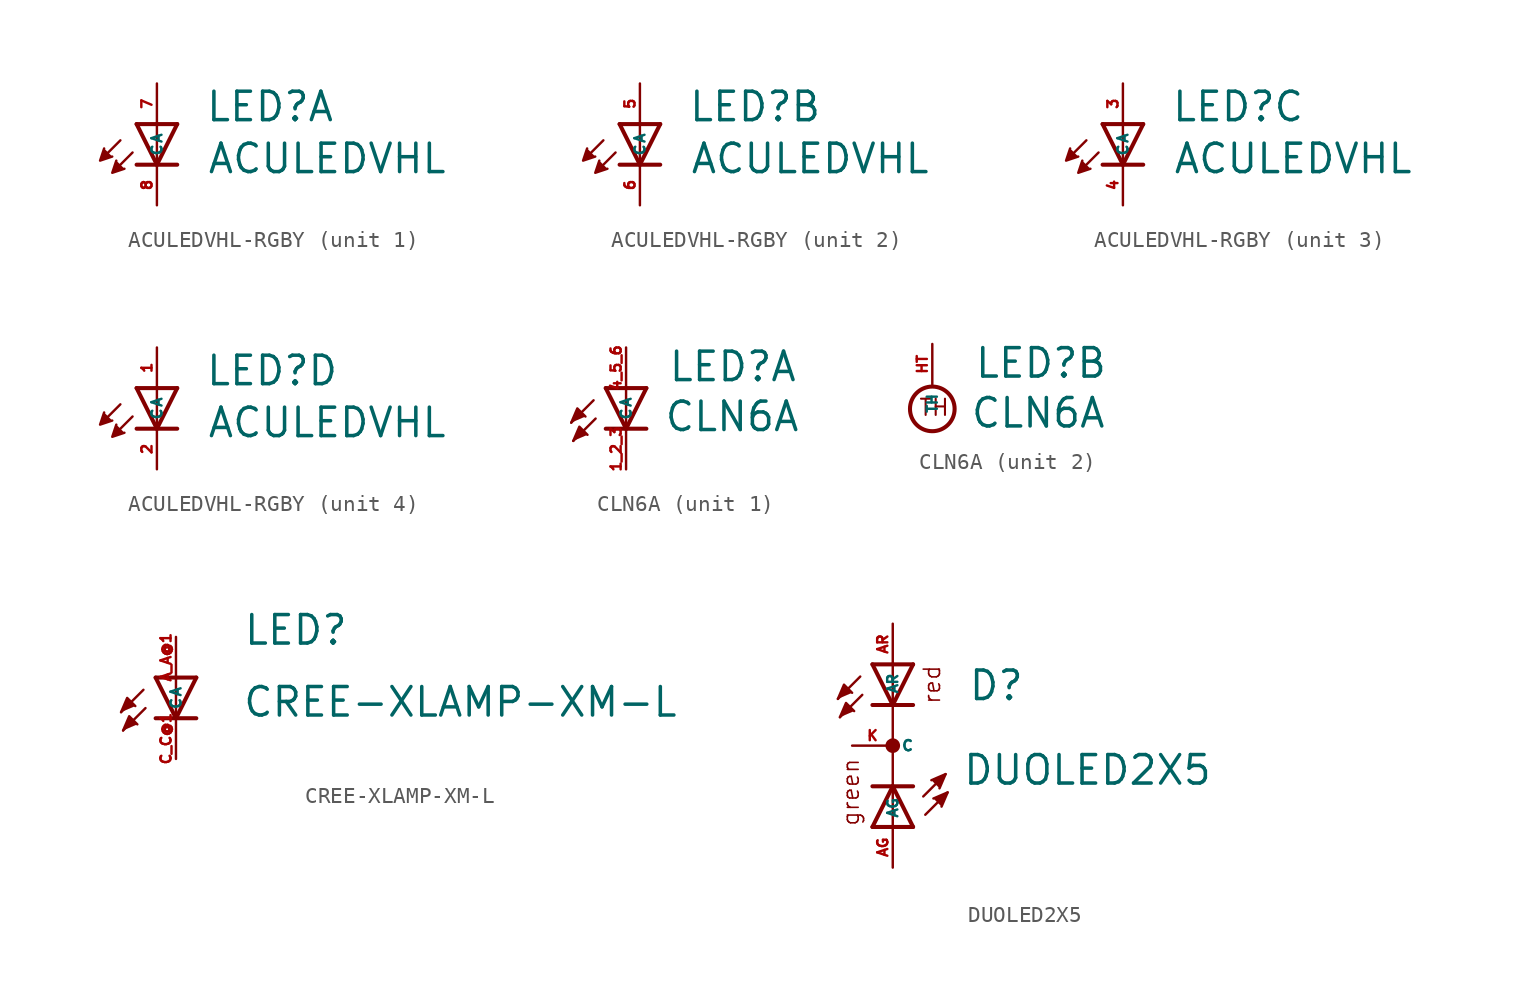
<source format=kicad_sym>
(kicad_symbol_lib
  (version 20220914)
  (generator kicad_symbol_editor)
  (symbol "ACULEDVHL-RGBY"
    (property "Reference" "LED"
      (at 2.997 0.051 0)
      (effects (font (size 1.778 1.778) (thickness 0.22)) (justify left bottom)))
    (property "Value" "ACULEDVHL"
      (at 3.099 -3.2 0)
      (effects (font (size 1.778 1.778) (thickness 0.22)) (justify left bottom)))
    (symbol "ACULEDVHL-RGBY_1_0"
      (polyline (pts (xy -2.286 -1.016) (xy -3.175 -1.905)) (stroke (width 0.152) (type default)) (fill (type none)))
      (polyline (pts (xy -1.524 -1.778) (xy -2.413 -2.667)) (stroke (width 0.152) (type default)) (fill (type none)))
      (polyline (pts (xy 0 -2.54) (xy -1.27 -2.54)) (stroke (width 0.254) (type default)) (fill (type none)))
      (polyline (pts (xy 0 -2.54) (xy -1.27 0)) (stroke (width 0.254) (type default)) (fill (type none)))
      (polyline (pts (xy 0 0) (xy -1.27 0)) (stroke (width 0.254) (type default)) (fill (type none)))
      (polyline (pts (xy 0 0) (xy 0 -2.54)) (stroke (width 0.152) (type default)) (fill (type none)))
      (polyline (pts (xy 1.27 -2.54) (xy 0 -2.54)) (stroke (width 0.254) (type default)) (fill (type none)))
      (polyline (pts (xy 1.27 0) (xy 0 -2.54)) (stroke (width 0.254) (type default)) (fill (type none)))
      (polyline (pts (xy 1.27 0) (xy 0 0)) (stroke (width 0.254) (type default)) (fill (type none)))
      (polyline (pts (xy -3.302 -1.524) (xy -3.556 -2.286) (xy -2.794 -2.032)) (stroke (width 0.152) (type default)) (fill (type outline)))
      (polyline (pts (xy -2.54 -2.286) (xy -2.794 -3.048) (xy -2.032 -2.794)) (stroke (width 0.152) (type default)) (fill (type outline)))
      (pin passive line (at 0 2.54 270) (length 2.54) (name "A" (effects (font (size 0.635 0.635)))) (number "7" (effects (font (size 0.635 0.635)))))
      (pin passive line (at 0 -5.08 90) (length 2.54) (name "C" (effects (font (size 0.635 0.635)))) (number "8" (effects (font (size 0.635 0.635))))))
    (symbol "ACULEDVHL-RGBY_2_0"
      (polyline (pts (xy -2.286 -1.016) (xy -3.175 -1.905)) (stroke (width 0.152) (type default)) (fill (type none)))
      (polyline (pts (xy -1.524 -1.778) (xy -2.413 -2.667)) (stroke (width 0.152) (type default)) (fill (type none)))
      (polyline (pts (xy 0 -2.54) (xy -1.27 -2.54)) (stroke (width 0.254) (type default)) (fill (type none)))
      (polyline (pts (xy 0 -2.54) (xy -1.27 0)) (stroke (width 0.254) (type default)) (fill (type none)))
      (polyline (pts (xy 0 0) (xy -1.27 0)) (stroke (width 0.254) (type default)) (fill (type none)))
      (polyline (pts (xy 0 0) (xy 0 -2.54)) (stroke (width 0.152) (type default)) (fill (type none)))
      (polyline (pts (xy 1.27 -2.54) (xy 0 -2.54)) (stroke (width 0.254) (type default)) (fill (type none)))
      (polyline (pts (xy 1.27 0) (xy 0 -2.54)) (stroke (width 0.254) (type default)) (fill (type none)))
      (polyline (pts (xy 1.27 0) (xy 0 0)) (stroke (width 0.254) (type default)) (fill (type none)))
      (polyline (pts (xy -3.302 -1.524) (xy -3.556 -2.286) (xy -2.794 -2.032)) (stroke (width 0.152) (type default)) (fill (type outline)))
      (polyline (pts (xy -2.54 -2.286) (xy -2.794 -3.048) (xy -2.032 -2.794)) (stroke (width 0.152) (type default)) (fill (type outline)))
      (pin passive line (at 0 2.54 270) (length 2.54) (name "A" (effects (font (size 0.635 0.635)))) (number "5" (effects (font (size 0.635 0.635)))))
      (pin passive line (at 0 -5.08 90) (length 2.54) (name "C" (effects (font (size 0.635 0.635)))) (number "6" (effects (font (size 0.635 0.635))))))
    (symbol "ACULEDVHL-RGBY_3_0"
      (polyline (pts (xy -2.286 -1.016) (xy -3.175 -1.905)) (stroke (width 0.152) (type default)) (fill (type none)))
      (polyline (pts (xy -1.524 -1.778) (xy -2.413 -2.667)) (stroke (width 0.152) (type default)) (fill (type none)))
      (polyline (pts (xy 0 -2.54) (xy -1.27 -2.54)) (stroke (width 0.254) (type default)) (fill (type none)))
      (polyline (pts (xy 0 -2.54) (xy -1.27 0)) (stroke (width 0.254) (type default)) (fill (type none)))
      (polyline (pts (xy 0 0) (xy -1.27 0)) (stroke (width 0.254) (type default)) (fill (type none)))
      (polyline (pts (xy 0 0) (xy 0 -2.54)) (stroke (width 0.152) (type default)) (fill (type none)))
      (polyline (pts (xy 1.27 -2.54) (xy 0 -2.54)) (stroke (width 0.254) (type default)) (fill (type none)))
      (polyline (pts (xy 1.27 0) (xy 0 -2.54)) (stroke (width 0.254) (type default)) (fill (type none)))
      (polyline (pts (xy 1.27 0) (xy 0 0)) (stroke (width 0.254) (type default)) (fill (type none)))
      (polyline (pts (xy -3.302 -1.524) (xy -3.556 -2.286) (xy -2.794 -2.032)) (stroke (width 0.152) (type default)) (fill (type outline)))
      (polyline (pts (xy -2.54 -2.286) (xy -2.794 -3.048) (xy -2.032 -2.794)) (stroke (width 0.152) (type default)) (fill (type outline)))
      (pin passive line (at 0 2.54 270) (length 2.54) (name "A" (effects (font (size 0.635 0.635)))) (number "3" (effects (font (size 0.635 0.635)))))
      (pin passive line (at 0 -5.08 90) (length 2.54) (name "C" (effects (font (size 0.635 0.635)))) (number "4" (effects (font (size 0.635 0.635))))))
    (symbol "ACULEDVHL-RGBY_4_0"
      (polyline (pts (xy -2.286 -1.016) (xy -3.175 -1.905)) (stroke (width 0.152) (type default)) (fill (type none)))
      (polyline (pts (xy -1.524 -1.778) (xy -2.413 -2.667)) (stroke (width 0.152) (type default)) (fill (type none)))
      (polyline (pts (xy 0 -2.54) (xy -1.27 -2.54)) (stroke (width 0.254) (type default)) (fill (type none)))
      (polyline (pts (xy 0 -2.54) (xy -1.27 0)) (stroke (width 0.254) (type default)) (fill (type none)))
      (polyline (pts (xy 0 0) (xy -1.27 0)) (stroke (width 0.254) (type default)) (fill (type none)))
      (polyline (pts (xy 0 0) (xy 0 -2.54)) (stroke (width 0.152) (type default)) (fill (type none)))
      (polyline (pts (xy 1.27 -2.54) (xy 0 -2.54)) (stroke (width 0.254) (type default)) (fill (type none)))
      (polyline (pts (xy 1.27 0) (xy 0 -2.54)) (stroke (width 0.254) (type default)) (fill (type none)))
      (polyline (pts (xy 1.27 0) (xy 0 0)) (stroke (width 0.254) (type default)) (fill (type none)))
      (polyline (pts (xy -3.302 -1.524) (xy -3.556 -2.286) (xy -2.794 -2.032)) (stroke (width 0.152) (type default)) (fill (type outline)))
      (polyline (pts (xy -2.54 -2.286) (xy -2.794 -3.048) (xy -2.032 -2.794)) (stroke (width 0.152) (type default)) (fill (type outline)))
      (pin passive line (at 0 2.54 270) (length 2.54) (name "A" (effects (font (size 0.635 0.635)))) (number "1" (effects (font (size 0.635 0.635)))))
      (pin passive line (at 0 -5.08 90) (length 2.54) (name "C" (effects (font (size 0.635 0.635)))) (number "2" (effects (font (size 0.635 0.635)))))))
  (symbol "CLN6A"
    (property "Reference" "LED"
      (at 2.591 0.305 0)
      (effects (font (size 1.778 1.778) (thickness 0.22)) (justify left bottom)))
    (property "Value" "CLN6A"
      (at 2.337 -2.819 0)
      (effects (font (size 1.778 1.778) (thickness 0.22)) (justify left bottom)))
    (symbol "CLN6A_1_0"
      (polyline (pts (xy -2.032 -0.762) (xy -3.429 -2.159)) (stroke (width 0.152) (type default)) (fill (type none)))
      (polyline (pts (xy -1.905 -1.905) (xy -3.302 -3.302)) (stroke (width 0.152) (type default)) (fill (type none)))
      (polyline (pts (xy 0 -2.54) (xy -1.27 -2.54)) (stroke (width 0.254) (type default)) (fill (type none)))
      (polyline (pts (xy 0 -2.54) (xy -1.27 0)) (stroke (width 0.254) (type default)) (fill (type none)))
      (polyline (pts (xy 0 0) (xy -1.27 0)) (stroke (width 0.254) (type default)) (fill (type none)))
      (polyline (pts (xy 0 0) (xy 0 -2.54)) (stroke (width 0.152) (type default)) (fill (type none)))
      (polyline (pts (xy 1.27 -2.54) (xy 0 -2.54)) (stroke (width 0.254) (type default)) (fill (type none)))
      (polyline (pts (xy 1.27 0) (xy 0 -2.54)) (stroke (width 0.254) (type default)) (fill (type none)))
      (polyline (pts (xy 1.27 0) (xy 0 0)) (stroke (width 0.254) (type default)) (fill (type none)))
      (polyline (pts (xy -3.429 -2.159) (xy -3.048 -1.27) (xy -2.54 -1.778)) (stroke (width 0.152) (type default)) (fill (type outline)))
      (polyline (pts (xy -3.302 -3.302) (xy -2.921 -2.413) (xy -2.413 -2.921)) (stroke (width 0.152) (type default)) (fill (type outline)))
      (pin passive line (at 0 -5.08 90) (length 2.54) (name "C" (effects (font (size 0.635 0.635)))) (number "1_2_3" (effects (font (size 0.635 0.635)))))
      (pin passive line (at 0 2.54 270) (length 2.54) (name "A" (effects (font (size 0.635 0.635)))) (number "4_5_6" (effects (font (size 0.635 0.635))))))
    (symbol "CLN6A_2_0"
      (circle (center 0 -1.524) (radius 1.397) (stroke (width 0.254) (type default)) (fill (type none)))
      (text "TH" (at -0.889 -2.032 0) (effects (font (size 1.016 1.016) (thickness 0.13)) (justify left bottom)))
      (pin passive line (at 0 2.54 270) (length 2.54) (name "TH" (effects (font (size 0.635 0.635)))) (number "HT" (effects (font (size 0.635 0.635)))))))
  (symbol "CREE-XLAMP-XM-L"
    (property "Reference" "LED"
      (at 4.166 1.93 0)
      (effects (font (size 1.778 1.778) (thickness 0.22)) (justify left bottom)))
    (property "Value" "CREE-XLAMP-XM-L"
      (at 4.115 -2.565 0)
      (effects (font (size 1.778 1.778) (thickness 0.22)) (justify left bottom)))
    (symbol "CREE-XLAMP-XM-L_1_1"
      (polyline (pts (xy -2.032 -0.762) (xy -3.429 -2.159)) (stroke (width 0.152) (type default)) (fill (type none)))
      (polyline (pts (xy -1.905 -1.905) (xy -3.302 -3.302)) (stroke (width 0.152) (type default)) (fill (type none)))
      (polyline (pts (xy 0 -2.54) (xy -1.27 -2.54)) (stroke (width 0.254) (type default)) (fill (type none)))
      (polyline (pts (xy 0 -2.54) (xy -1.27 0)) (stroke (width 0.254) (type default)) (fill (type none)))
      (polyline (pts (xy 0 0) (xy -1.27 0)) (stroke (width 0.254) (type default)) (fill (type none)))
      (polyline (pts (xy 0 0) (xy 0 -2.54)) (stroke (width 0.152) (type default)) (fill (type none)))
      (polyline (pts (xy 1.27 -2.54) (xy 0 -2.54)) (stroke (width 0.254) (type default)) (fill (type none)))
      (polyline (pts (xy 1.27 0) (xy 0 -2.54)) (stroke (width 0.254) (type default)) (fill (type none)))
      (polyline (pts (xy 1.27 0) (xy 0 0)) (stroke (width 0.254) (type default)) (fill (type none)))
      (polyline (pts (xy -3.429 -2.159) (xy -3.048 -1.27) (xy -2.54 -1.778)) (stroke (width 0.152) (type default)) (fill (type outline)))
      (polyline (pts (xy -3.302 -3.302) (xy -2.921 -2.413) (xy -2.413 -2.921)) (stroke (width 0.152) (type default)) (fill (type outline)))
      (pin passive line (at 0 2.54 270) (length 2.54) (name "A" (effects (font (size 0.635 0.635)))) (number "A_A@1" (effects (font (size 0.635 0.635)))))
      (pin passive line (at 0 -5.08 90) (length 2.54) (name "C" (effects (font (size 0.635 0.635)))) (number "C_C@1" (effects (font (size 0.635 0.635)))))))
  (symbol "DUOLED2X5"
    (property "Reference" "D"
      (at 4.674 2.718 0)
      (effects (font (size 1.778 1.778) (thickness 0.22)) (justify left bottom)))
    (property "Value" "DUOLED2X5"
      (at 4.318 -2.565 0)
      (effects (font (size 1.778 1.778) (thickness 0.22)) (justify left bottom)))
    (symbol "DUOLED2X5_1_1"
      (polyline (pts (xy -2.032 4.318) (xy -3.429 2.921)) (stroke (width 0.152) (type default)) (fill (type none)))
      (polyline (pts (xy -1.905 3.175) (xy -3.302 1.778)) (stroke (width 0.152) (type default)) (fill (type none)))
      (polyline (pts (xy -1.27 -5.08) (xy 0 -5.08)) (stroke (width 0.254) (type default)) (fill (type none)))
      (polyline (pts (xy -1.27 -5.08) (xy 0 -2.54)) (stroke (width 0.254) (type default)) (fill (type none)))
      (polyline (pts (xy -1.27 -2.54) (xy 0 -2.54)) (stroke (width 0.254) (type default)) (fill (type none)))
      (polyline (pts (xy 0 -5.08) (xy 0 -2.54)) (stroke (width 0.152) (type default)) (fill (type none)))
      (polyline (pts (xy 0 -5.08) (xy 1.27 -5.08)) (stroke (width 0.254) (type default)) (fill (type none)))
      (polyline (pts (xy 0 -2.54) (xy 1.27 -5.08)) (stroke (width 0.254) (type default)) (fill (type none)))
      (polyline (pts (xy 0 -2.54) (xy 1.27 -2.54)) (stroke (width 0.254) (type default)) (fill (type none)))
      (polyline (pts (xy 0 2.54) (xy -1.27 2.54)) (stroke (width 0.254) (type default)) (fill (type none)))
      (polyline (pts (xy 0 2.54) (xy -1.27 5.08)) (stroke (width 0.254) (type default)) (fill (type none)))
      (polyline (pts (xy 0 2.54) (xy 0 -2.54)) (stroke (width 0.152) (type default)) (fill (type none)))
      (polyline (pts (xy 0 5.08) (xy -1.27 5.08)) (stroke (width 0.254) (type default)) (fill (type none)))
      (polyline (pts (xy 0 5.08) (xy 0 2.54)) (stroke (width 0.152) (type default)) (fill (type none)))
      (polyline (pts (xy 1.27 2.54) (xy 0 2.54)) (stroke (width 0.254) (type default)) (fill (type none)))
      (polyline (pts (xy 1.27 5.08) (xy 0 2.54)) (stroke (width 0.254) (type default)) (fill (type none)))
      (polyline (pts (xy 1.27 5.08) (xy 0 5.08)) (stroke (width 0.254) (type default)) (fill (type none)))
      (polyline (pts (xy 1.905 -3.175) (xy 3.302 -1.778)) (stroke (width 0.152) (type default)) (fill (type none)))
      (polyline (pts (xy 2.032 -4.318) (xy 3.429 -2.921)) (stroke (width 0.152) (type default)) (fill (type none)))
      (polyline (pts (xy -3.429 2.921) (xy -3.048 3.81) (xy -2.54 3.302)) (stroke (width 0.152) (type default)) (fill (type outline)))
      (polyline (pts (xy -3.302 1.778) (xy -2.921 2.667) (xy -2.413 2.159)) (stroke (width 0.152) (type default)) (fill (type outline)))
      (polyline (pts (xy 2.413 -2.159) (xy 3.302 -1.778) (xy 2.921 -2.667)) (stroke (width 0.152) (type default)) (fill (type outline)))
      (polyline (pts (xy 2.54 -3.302) (xy 3.429 -2.921) (xy 3.048 -3.81)) (stroke (width 0.152) (type default)) (fill (type outline)))
      (circle (center 0 0) (radius 0.254) (stroke (width 0.406) (type default)) (fill (type none)))
      (text "green" (at -2.032 -5.08 900) (effects (font (size 1.016 1.016) (thickness 0.1)) (justify left bottom)))
      (text "red" (at 3.048 2.54 900) (effects (font (size 1.016 1.016) (thickness 0.1)) (justify left bottom)))
      (pin passive line (at 0 -7.62 90) (length 2.54) (name "AG" (effects (font (size 0.635 0.635)))) (number "AG" (effects (font (size 0.635 0.635)))))
      (pin passive line (at 0 7.62 270) (length 2.54) (name "AR" (effects (font (size 0.635 0.635)))) (number "AR" (effects (font (size 0.635 0.635)))))
      (pin passive line (at -2.54 0 0) (length 2.54) (name "C" (effects (font (size 0.635 0.635)))) (number "K" (effects (font (size 0.635 0.635))))))))
</source>
